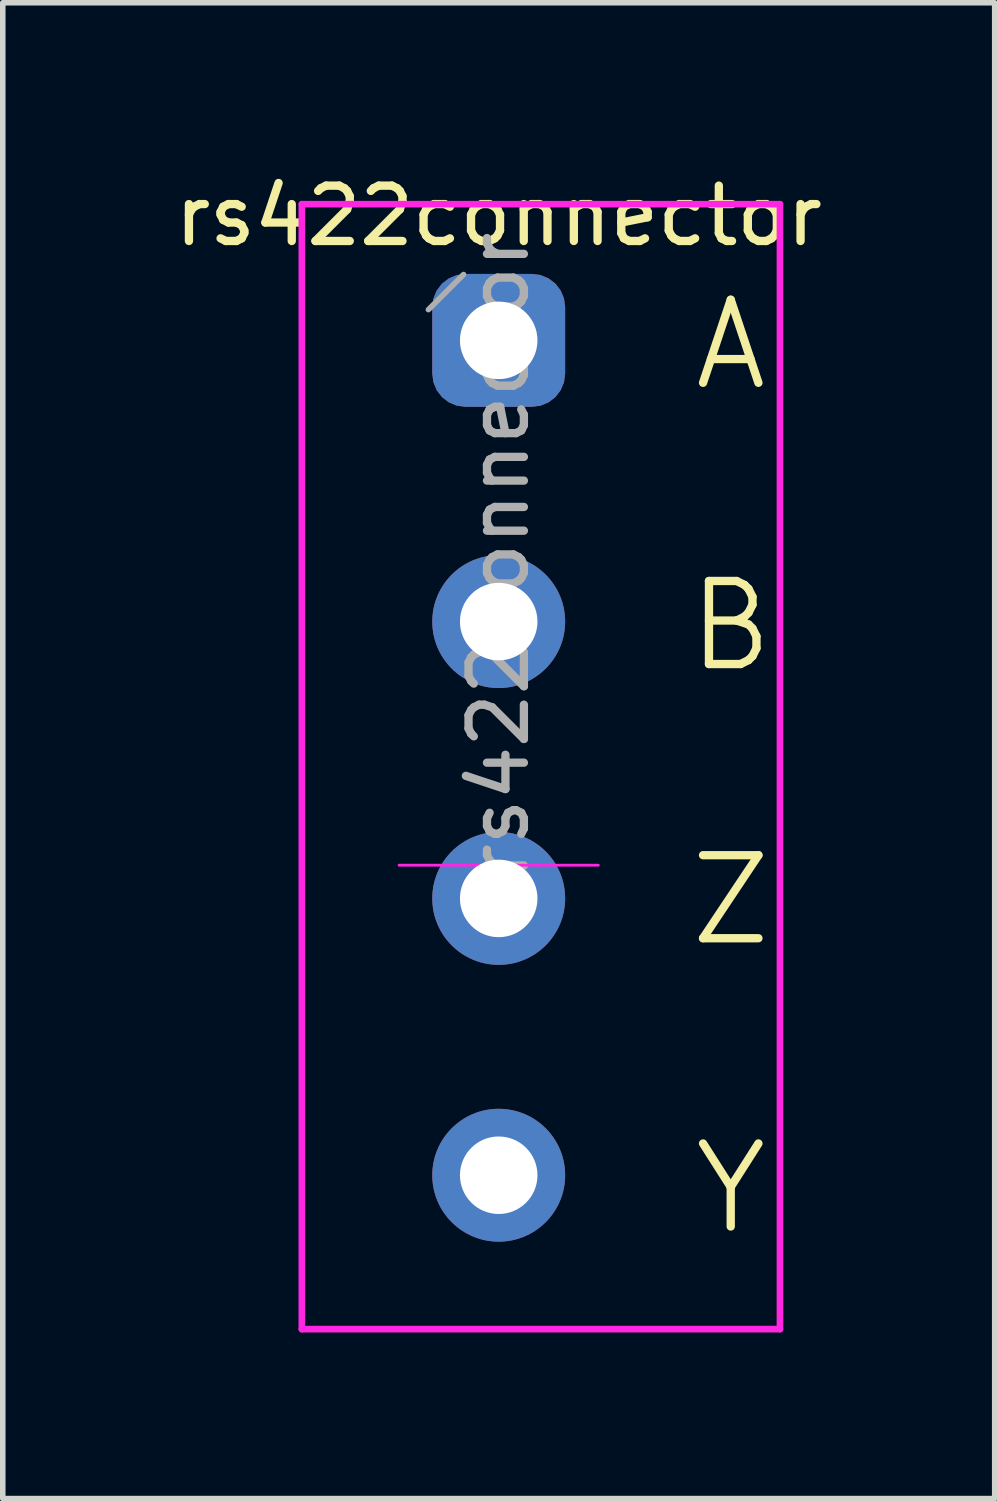
<source format=kicad_pcb>
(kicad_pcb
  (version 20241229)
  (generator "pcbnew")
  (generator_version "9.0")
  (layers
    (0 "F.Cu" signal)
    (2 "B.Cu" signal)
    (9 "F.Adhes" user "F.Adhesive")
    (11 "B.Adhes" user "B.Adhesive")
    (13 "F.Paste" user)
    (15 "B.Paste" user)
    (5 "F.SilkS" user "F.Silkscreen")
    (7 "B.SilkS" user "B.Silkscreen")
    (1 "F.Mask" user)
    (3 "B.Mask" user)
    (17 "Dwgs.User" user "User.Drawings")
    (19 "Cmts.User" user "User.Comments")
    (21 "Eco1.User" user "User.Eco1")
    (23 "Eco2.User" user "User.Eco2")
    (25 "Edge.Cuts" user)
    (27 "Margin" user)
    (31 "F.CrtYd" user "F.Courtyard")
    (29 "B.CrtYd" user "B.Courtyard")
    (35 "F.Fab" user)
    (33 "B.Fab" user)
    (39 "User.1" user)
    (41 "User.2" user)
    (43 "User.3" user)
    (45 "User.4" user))
  (footprint "rs422connector"
    (layer "F.Cu")
    (at 5.958 3.178)
    (property "Reference" "rs422connector" (at 0 -2.33 0) (layer "F.SilkS") (effects (font (size 1 1) (thickness 0.15))))
    (attr through_hole)
    (fp_line (start -3.556 -2.54) (end -3.556 17.78) (stroke (width 0.12) (type solid)) (layer "F.CrtYd"))
    (fp_line (start -3.556 17.78) (end 5.08 17.78) (stroke (width 0.12) (type solid)) (layer "F.CrtYd"))
    (fp_line (start -1.8 9.4) (end 1.8 9.4) (stroke (width 0.05) (type solid)) (layer "F.CrtYd"))
    (fp_line (start 5.08 -2.54) (end -3.556 -2.54) (stroke (width 0.12) (type solid)) (layer "F.CrtYd"))
    (fp_line (start 5.08 17.78) (end 5.08 -2.54) (stroke (width 0.12) (type solid)) (layer "F.CrtYd"))
    (fp_line (start -1.27 -0.635) (end -0.635 -1.27) (stroke (width 0.1) (type solid)) (layer "F.Fab"))
    (fp_text user "Z" (at 4.191 10.033 0) (layer "F.SilkS") (effects (font (size 1.5 1.5) (thickness 0.15))))
    (fp_text user "Y" (at 4.191 15.24 0) (layer "F.SilkS") (effects (font (size 1.5 1.5) (thickness 0.15))))
    (fp_text user "A" (at 4.191 0 0) (layer "F.SilkS") (effects (font (size 1.5 1.5) (thickness 0.15))))
    (fp_text user "B" (at 4.191 5.08 0) (layer "F.SilkS") (effects (font (size 1.5 1.5) (thickness 0.15))))
    (fp_text user "${REFERENCE}" (at 0 3.81 90) (layer "F.Fab") (effects (font (size 1 1) (thickness 0.15))))
    (pad "1" thru_hole roundrect (at 0 -0.08) (size 2.4 2.4) (drill 1.4) (layers "*.Cu" "*.Mask") (roundrect_rratio 0.25))
    (pad "2" thru_hole circle (at 0 5) (size 2.4 2.4) (drill 1.4) (layers "*.Cu" "*.Mask"))
    (pad "3" thru_hole circle (at 0 10) (size 2.4 2.4) (drill 1.4) (layers "*.Cu" "*.Mask"))
    (pad "4" thru_hole circle (at 0 15) (size 2.4 2.4) (drill 1.4) (layers "*.Cu" "*.Mask")))
  (gr_rect
    (start -3 -3)
    (end 14.917 24.018)
    (stroke (width 0.1) (type default))
    (fill no)
    (layer "Edge.Cuts")))
</source>
